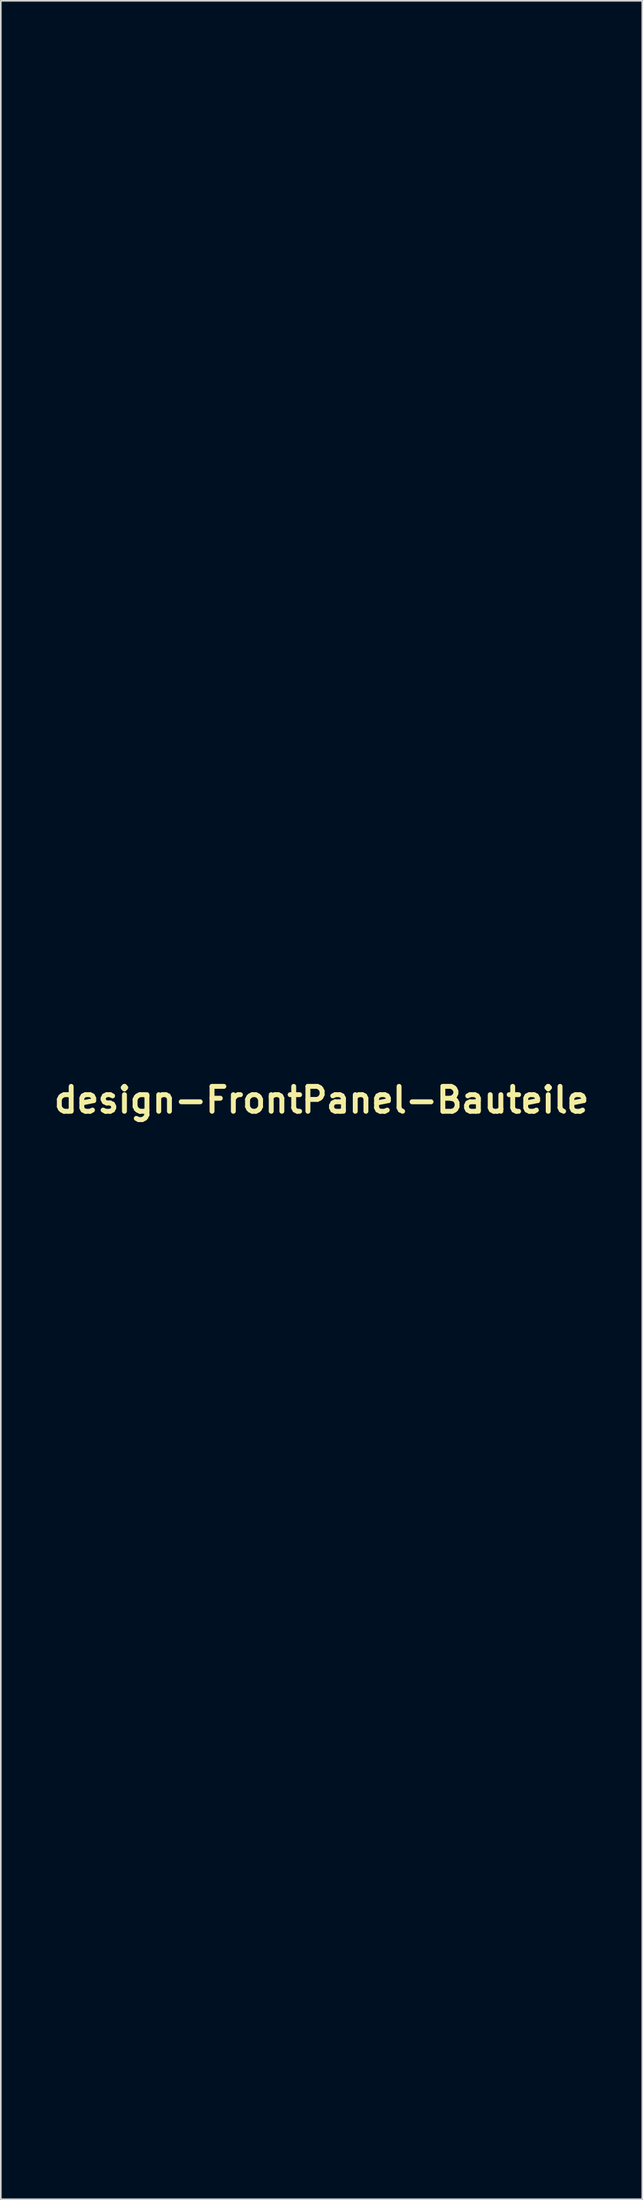
<source format=kicad_pcb>
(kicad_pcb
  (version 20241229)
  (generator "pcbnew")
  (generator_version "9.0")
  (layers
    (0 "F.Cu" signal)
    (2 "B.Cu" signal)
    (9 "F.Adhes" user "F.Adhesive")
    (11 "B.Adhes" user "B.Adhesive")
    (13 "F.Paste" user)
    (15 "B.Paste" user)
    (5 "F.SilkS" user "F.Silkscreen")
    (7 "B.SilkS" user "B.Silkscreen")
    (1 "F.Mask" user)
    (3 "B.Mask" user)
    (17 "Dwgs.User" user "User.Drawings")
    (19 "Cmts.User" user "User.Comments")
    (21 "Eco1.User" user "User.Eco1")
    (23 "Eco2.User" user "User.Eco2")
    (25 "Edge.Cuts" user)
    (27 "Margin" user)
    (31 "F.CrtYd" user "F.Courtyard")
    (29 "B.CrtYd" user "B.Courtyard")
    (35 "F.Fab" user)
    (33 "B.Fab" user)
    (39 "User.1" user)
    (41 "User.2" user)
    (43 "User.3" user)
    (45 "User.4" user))
  (footprint "design-FrontPanel-Bauteile"
    (layer "F.Cu")
    (at 16.662 64.312)
    (property "Reference" "design-FrontPanel-Bauteile" (at 0 0 0) (layer "F.SilkS") (effects (font (size 1.524 1.524) (thickness 0.3))))
    (attr board_only exclude_from_pos_files exclude_from_bom)
    (fp_poly (pts (xy -6.711 -63.415) (xy -7.561 -63.415) (xy -7.561 -64.262) (xy -6.711 -64.262)) (stroke (width 0.1) (type solid)) (fill no) (layer "Eco1.User"))
    (fp_poly (pts (xy -6.711 64.262) (xy -7.561 64.262) (xy -7.561 63.415) (xy -6.711 63.415)) (stroke (width 0.1) (type solid)) (fill no) (layer "Eco1.User"))
    (fp_poly (pts (xy 3.908 -39.201) (xy 3.398 -39.201) (xy 3.398 -42.333) (xy 3.908 -42.333)) (stroke (width 0.1) (type solid)) (fill no) (layer "Eco1.User"))
    (fp_poly (pts (xy 3.908 -25.146) (xy 3.398 -25.146) (xy 3.398 -28.279) (xy 3.908 -28.279)) (stroke (width 0.1) (type solid)) (fill no) (layer "Eco1.User"))
    (fp_poly (pts (xy 3.908 -14.139) (xy 3.398 -14.139) (xy 3.398 -17.272) (xy 3.908 -17.272)) (stroke (width 0.1) (type solid)) (fill no) (layer "Eco1.User"))
    (fp_poly (pts (xy 3.908 19.389) (xy 3.398 19.389) (xy 3.398 16.256) (xy 3.908 16.256)) (stroke (width 0.1) (type solid)) (fill no) (layer "Eco1.User"))
    (fp_poly (pts (xy 3.908 22.606) (xy 3.398 22.606) (xy 3.398 19.473) (xy 3.908 19.473)) (stroke (width 0.1) (type solid)) (fill no) (layer "Eco1.User"))
    (fp_poly (pts (xy 7.645 -63.415) (xy 6.796 -63.415) (xy 6.796 -64.262) (xy 7.645 -64.262)) (stroke (width 0.1) (type solid)) (fill no) (layer "Eco1.User"))
    (fp_poly (pts (xy 7.645 64.262) (xy 6.796 64.262) (xy 6.796 63.415) (xy 7.645 63.415)) (stroke (width 0.1) (type solid)) (fill no) (layer "Eco1.User"))
    (fp_poly (pts (xy 3.888 -37.571) (xy 3.865 -36.026) (xy 3.632 -35.999) (xy 3.398 -35.972) (xy 3.398 -39.116) (xy 3.912 -39.116)) (stroke (width 0.1) (type solid)) (fill no) (layer "Eco1.User"))
    (fp_poly (pts (xy 3.908 33.443) (xy 3.394 33.443) (xy 3.417 31.898) (xy 3.44 30.353) (xy 3.674 30.326) (xy 3.908 30.299)) (stroke (width 0.1) (type solid)) (fill no) (layer "Eco1.User"))
    (fp_poly (pts (xy 3.908 44.45) (xy 3.394 44.45) (xy 3.417 42.905) (xy 3.44 41.36) (xy 3.674 41.333) (xy 3.908 41.306)) (stroke (width 0.1) (type solid)) (fill no) (layer "Eco1.User"))
    (fp_poly (pts (xy -2.692 45.445) (xy -2.055 45.584) (xy -1.461 45.86) (xy -0.938 46.272) (xy -0.865 46.348) (xy -0.446 46.91) (xy -0.178 47.507) (xy -0.052 48.121) (xy -0.057 48.732) (xy -0.185 49.324) (xy -0.426 49.877) (xy -0.77 50.372) (xy -1.208 50.792) (xy -1.73 51.117) (xy -2.327 51.33) (xy -2.99 51.411) (xy -3.453 51.384) (xy -4.115 51.223) (xy -4.692 50.934) (xy -5.176 50.537) (xy -5.56 50.053) (xy -5.836 49.505) (xy -5.999 48.912) (xy -6.041 48.297) (xy -5.955 47.68) (xy -5.734 47.083) (xy -5.371 46.526) (xy -5.133 46.269) (xy -4.593 45.855) (xy -3.988 45.58) (xy -3.345 45.443)) (stroke (width 0.1) (type solid)) (fill no) (layer "Eco1.User"))
    (fp_poly (pts (xy -2.682 34.438) (xy -2.57 34.456) (xy -1.879 34.66) (xy -1.285 34.987) (xy -0.797 35.419) (xy -0.422 35.933) (xy -0.167 36.511) (xy -0.042 37.132) (xy -0.055 37.776) (xy -0.212 38.422) (xy -0.523 39.051) (xy -0.659 39.249) (xy -1.09 39.697) (xy -1.631 40.05) (xy -2.243 40.291) (xy -2.887 40.405) (xy -3.502 40.38) (xy -4.168 40.193) (xy -4.759 39.871) (xy -5.257 39.433) (xy -5.647 38.902) (xy -5.914 38.298) (xy -6.043 37.643) (xy -6.017 36.957) (xy -6.016 36.95) (xy -5.834 36.299) (xy -5.517 35.719) (xy -5.088 35.225) (xy -4.567 34.834) (xy -3.978 34.562) (xy -3.343 34.424)) (stroke (width 0.1) (type solid)) (fill no) (layer "Eco1.User"))
    (fp_poly (pts (xy -2.129 23.551) (xy -1.505 23.843) (xy -0.941 24.289) (xy -0.895 24.335) (xy -0.465 24.87) (xy -0.193 25.447) (xy -0.067 26.094) (xy -0.055 26.374) (xy -0.129 27.083) (xy -0.347 27.724) (xy -0.692 28.283) (xy -1.147 28.745) (xy -1.696 29.095) (xy -2.321 29.32) (xy -3.005 29.403) (xy -3.549 29.364) (xy -4.194 29.184) (xy -4.769 28.866) (xy -5.257 28.431) (xy -5.642 27.903) (xy -5.908 27.303) (xy -6.04 26.653) (xy -6.021 25.976) (xy -6.016 25.943) (xy -5.829 25.275) (xy -5.5 24.681) (xy -5.048 24.179) (xy -4.491 23.787) (xy -3.848 23.526) (xy -3.498 23.449) (xy -2.798 23.418)) (stroke (width 0.1) (type solid)) (fill no) (layer "Eco1.User"))
    (fp_poly (pts (xy 0.524 59.714) (xy 0.994 59.795) (xy 1.353 59.943) (xy 1.625 60.17) (xy 1.835 60.489) (xy 1.879 60.579) (xy 2.005 61.004) (xy 2.029 61.461) (xy 1.948 61.865) (xy 1.764 62.18) (xy 1.477 62.485) (xy 1.148 62.716) (xy 1.147 62.717) (xy 0.922 62.787) (xy 0.578 62.839) (xy 0.168 62.872) (xy -0.258 62.883) (xy -0.649 62.869) (xy -0.954 62.829) (xy -1.016 62.813) (xy -1.483 62.596) (xy -1.83 62.261) (xy -2.064 61.802) (xy -2.13 61.565) (xy -2.146 61.222) (xy -2.072 60.828) (xy -1.931 60.461) (xy -1.774 60.229) (xy -1.51 59.991) (xy -1.218 59.831) (xy -0.857 59.737) (xy -0.39 59.695) (xy -0.086 59.69)) (stroke (width 0.1) (type solid)) (fill no) (layer "Eco1.User"))
    (fp_poly (pts (xy 0.547 -62.85) (xy 0.926 -62.792) (xy 1.221 -62.677) (xy 1.475 -62.486) (xy 1.727 -62.208) (xy 1.941 -61.819) (xy 2.03 -61.371) (xy 1.998 -60.908) (xy 1.848 -60.477) (xy 1.585 -60.125) (xy 1.559 -60.102) (xy 1.322 -59.923) (xy 1.068 -59.803) (xy 0.758 -59.732) (xy 0.35 -59.7) (xy -0.059 -59.695) (xy -0.46 -59.705) (xy -0.815 -59.728) (xy -1.08 -59.759) (xy -1.189 -59.785) (xy -1.585 -60.028) (xy -1.893 -60.39) (xy -2.089 -60.832) (xy -2.148 -61.256) (xy -2.089 -61.724) (xy -1.898 -62.12) (xy -1.574 -62.47) (xy -1.368 -62.634) (xy -1.162 -62.745) (xy -0.918 -62.815) (xy -0.598 -62.851) (xy -0.162 -62.864) (xy 0.042 -62.865)) (stroke (width 0.1) (type solid)) (fill no) (layer "Eco1.User"))
    (fp_poly (pts (xy -2.183 -50.808) (xy -2.125 -50.8) (xy -1.399 -50.619) (xy -0.75 -50.304) (xy -0.189 -49.874) (xy 0.273 -49.35) (xy 0.625 -48.75) (xy 0.855 -48.095) (xy 0.954 -47.405) (xy 0.91 -46.698) (xy 0.712 -45.995) (xy 0.645 -45.841) (xy 0.254 -45.181) (xy -0.253 -44.63) (xy -0.854 -44.198) (xy -1.528 -43.899) (xy -2.253 -43.742) (xy -3.008 -43.739) (xy -3.263 -43.774) (xy -3.914 -43.968) (xy -4.539 -44.304) (xy -5.101 -44.753) (xy -5.563 -45.287) (xy -5.784 -45.654) (xy -6.055 -46.354) (xy -6.171 -47.058) (xy -6.142 -47.75) (xy -5.982 -48.413) (xy -5.703 -49.029) (xy -5.315 -49.582) (xy -4.832 -50.055) (xy -4.265 -50.431) (xy -3.627 -50.693) (xy -2.929 -50.824)) (stroke (width 0.1) (type solid)) (fill no) (layer "Eco1.User"))
    (fp_poly (pts (xy -2.388 -13.105) (xy -1.811 -12.923) (xy -1.291 -12.603) (xy -0.957 -12.303) (xy -0.562 -11.842) (xy -0.301 -11.371) (xy -0.154 -10.839) (xy -0.102 -10.329) (xy -0.12 -9.675) (xy -0.252 -9.117) (xy -0.511 -8.613) (xy -0.848 -8.188) (xy -1.338 -7.739) (xy -1.863 -7.438) (xy -2.459 -7.269) (xy -2.966 -7.219) (xy -3.365 -7.212) (xy -3.66 -7.234) (xy -3.916 -7.294) (xy -4.169 -7.39) (xy -4.765 -7.705) (xy -5.243 -8.111) (xy -5.568 -8.523) (xy -5.889 -9.143) (xy -6.054 -9.79) (xy -6.071 -10.442) (xy -5.944 -11.077) (xy -5.681 -11.671) (xy -5.289 -12.204) (xy -4.774 -12.651) (xy -4.29 -12.927) (xy -3.992 -13.051) (xy -3.722 -13.123) (xy -3.411 -13.155) (xy -3.058 -13.162)) (stroke (width 0.1) (type solid)) (fill no) (layer "Eco1.User"))
    (fp_poly (pts (xy -2.693 -35.169) (xy -2.496 -35.135) (xy -1.912 -34.968) (xy -1.428 -34.714) (xy -0.982 -34.342) (xy -0.974 -34.334) (xy -0.559 -33.842) (xy -0.287 -33.32) (xy -0.14 -32.724) (xy -0.104 -32.343) (xy -0.094 -31.935) (xy -0.116 -31.626) (xy -0.181 -31.346) (xy -0.261 -31.115) (xy -0.519 -30.625) (xy -0.897 -30.154) (xy -1.35 -29.749) (xy -1.835 -29.453) (xy -1.978 -29.393) (xy -2.596 -29.24) (xy -3.25 -29.213) (xy -3.879 -29.311) (xy -4.169 -29.408) (xy -4.815 -29.757) (xy -5.337 -30.221) (xy -5.731 -30.792) (xy -5.989 -31.465) (xy -5.995 -31.488) (xy -6.085 -32.159) (xy -6.023 -32.805) (xy -5.824 -33.408) (xy -5.505 -33.952) (xy -5.082 -34.419) (xy -4.574 -34.791) (xy -3.995 -35.052) (xy -3.362 -35.184)) (stroke (width 0.1) (type solid)) (fill no) (layer "Eco1.User"))
    (fp_poly (pts (xy -2.181 -24.062) (xy -1.666 -23.857) (xy -1.298 -23.614) (xy -0.921 -23.265) (xy -0.583 -22.865) (xy -0.344 -22.479) (xy -0.175 -21.985) (xy -0.094 -21.408) (xy -0.104 -20.814) (xy -0.207 -20.267) (xy -0.253 -20.13) (xy -0.523 -19.616) (xy -0.918 -19.129) (xy -1.392 -18.718) (xy -1.747 -18.501) (xy -2.043 -18.367) (xy -2.324 -18.287) (xy -2.659 -18.243) (xy -2.966 -18.226) (xy -3.365 -18.219) (xy -3.66 -18.241) (xy -3.916 -18.301) (xy -4.169 -18.397) (xy -4.82 -18.753) (xy -5.343 -19.221) (xy -5.735 -19.793) (xy -5.991 -20.466) (xy -5.994 -20.477) (xy -6.088 -21.153) (xy -6.03 -21.794) (xy -5.839 -22.387) (xy -5.53 -22.918) (xy -5.121 -23.375) (xy -4.63 -23.742) (xy -4.073 -24.008) (xy -3.468 -24.159) (xy -2.831 -24.182)) (stroke (width 0.1) (type solid)) (fill no) (layer "Eco1.User"))
    (fp_poly (pts (xy -2.167 7.835) (xy -1.863 7.851) (xy -1.626 7.889) (xy -1.407 7.959) (xy -1.155 8.069) (xy -1.078 8.105) (xy -0.422 8.504) (xy 0.128 9.024) (xy 0.556 9.643) (xy 0.845 10.34) (xy 0.946 10.789) (xy 0.982 11.529) (xy 0.867 12.231) (xy 0.618 12.883) (xy 0.25 13.468) (xy -0.219 13.972) (xy -0.774 14.38) (xy -1.398 14.677) (xy -2.074 14.849) (xy -2.785 14.88) (xy -3.474 14.767) (xy -4.199 14.491) (xy -4.837 14.073) (xy -5.187 13.745) (xy -5.641 13.153) (xy -5.948 12.505) (xy -6.112 11.823) (xy -6.138 11.129) (xy -6.029 10.443) (xy -5.791 9.789) (xy -5.426 9.187) (xy -4.94 8.659) (xy -4.337 8.227) (xy -4.083 8.095) (xy -3.821 7.977) (xy -3.601 7.901) (xy -3.373 7.857) (xy -3.085 7.837) (xy -2.688 7.832) (xy -2.591 7.832)) (stroke (width 0.1) (type solid)) (fill no) (layer "Eco1.User"))
    (fp_poly (pts (xy 3.908 -51.096) (xy 3.915 -50.689) (xy 3.937 -50.393) (xy 3.971 -50.231) (xy 3.993 -50.207) (xy 4.032 -50.288) (xy 4.06 -50.515) (xy 4.075 -50.865) (xy 4.078 -51.096) (xy 4.078 -51.985) (xy 6.031 -51.985) (xy 6.031 -50.207) (xy 7.391 -50.207) (xy 7.391 -49.368) (xy 6.074 -49.318) (xy 6.049 -48.535) (xy 6.025 -47.752) (xy 6.708 -47.752) (xy 7.391 -47.752) (xy 7.391 -46.821) (xy 6.031 -46.821) (xy 6.031 -45.212) (xy 7.391 -45.212) (xy 7.391 -44.365) (xy 6.031 -44.365) (xy 6.031 -33.189) (xy 7.476 -33.189) (xy 7.476 -31.249) (xy 6.074 -31.2) (xy 6.03 -22.183) (xy 7.476 -22.183) (xy 7.476 -20.242) (xy 6.074 -20.193) (xy 6.03 -11.176) (xy 7.476 -11.176) (xy 7.476 -9.236) (xy 6.775 -9.211) (xy 6.074 -9.186) (xy 6.052 -0.402) (xy 6.031 8.382) (xy 7.391 8.382) (xy 7.391 9.313) (xy 6.025 9.313) (xy 6.049 10.097) (xy 6.074 10.88) (xy 7.391 10.929) (xy 7.391 11.769) (xy 6.031 11.769) (xy 6.031 13.377) (xy 7.391 13.377) (xy 7.391 14.217) (xy 6.074 14.266) (xy 6.052 19.833) (xy 6.03 25.4) (xy 7.561 25.4) (xy 7.561 27.432) (xy 6.031 27.432) (xy 6.031 36.407) (xy 7.561 36.407) (xy 7.561 38.439) (xy 6.031 38.439) (xy 6.031 47.413) (xy 7.561 47.413) (xy 7.561 49.445) (xy 6.031 49.445) (xy 6.031 51.985) (xy 4.082 51.985) (xy 4.056 50.694) (xy 4.03 49.403) (xy 4.011 50.694) (xy 3.993 51.985) (xy -7.561 51.985) (xy -7.561 48.601) (xy -6.407 48.601) (xy -6.301 49.272) (xy -6.061 49.913) (xy -5.689 50.501) (xy -5.188 51.015) (xy -4.709 51.349) (xy -4.11 51.608) (xy -3.438 51.744) (xy -2.742 51.754) (xy -2.068 51.633) (xy -1.85 51.561) (xy -1.192 51.23) (xy -0.641 50.783) (xy -0.207 50.241) (xy 0.102 49.626) (xy 0.278 48.96) (xy 0.313 48.264) (xy 0.197 47.558) (xy -0.039 46.938) (xy -0.435 46.315) (xy -0.93 45.814) (xy -1.504 45.436) (xy -2.134 45.187) (xy -2.799 45.07) (xy -3.476 45.089) (xy -4.144 45.247) (xy -4.78 45.547) (xy -5.363 45.994) (xy -5.424 46.054) (xy -5.887 46.626) (xy -6.203 47.255) (xy -6.375 47.921) (xy -6.407 48.601) (xy -7.561 48.601) (xy -7.561 44.873) (xy 3.988 44.873) (xy 4.014 46.164) (xy 4.019 46.325) (xy 4.023 46.326) (xy 4.027 46.177) (xy 4.031 45.89) (xy 4.034 45.474) (xy 4.037 44.939) (xy 4.039 44.295) (xy 4.04 43.553) (xy 4.04 42.926) (xy 4.039 42.115) (xy 4.038 41.395) (xy 4.036 40.776) (xy 4.033 40.269) (xy 4.03 39.882) (xy 4.026 39.627) (xy 4.022 39.513) (xy 4.018 39.55) (xy 4.014 39.688) (xy 3.988 40.979) (xy -7.561 40.979) (xy -7.561 37.524) (xy -6.417 37.524) (xy -6.328 38.166) (xy -6.117 38.778) (xy -5.792 39.342) (xy -5.36 39.841) (xy -4.828 40.255) (xy -4.204 40.567) (xy -3.494 40.757) (xy -3.143 40.799) (xy -2.993 40.791) (xy -2.74 40.761) (xy -2.521 40.728) (xy -1.805 40.53) (xy -1.169 40.196) (xy -0.625 39.743) (xy -0.191 39.192) (xy 0.12 38.56) (xy 0.293 37.867) (xy 0.314 37.132) (xy 0.31 37.094) (xy 0.215 36.574) (xy 0.012 36.04) (xy -0.043 35.925) (xy -0.435 35.309) (xy -0.928 34.812) (xy -1.501 34.437) (xy -2.131 34.189) (xy -2.795 34.071) (xy -3.472 34.086) (xy -4.137 34.239) (xy -4.77 34.533) (xy -5.348 34.973) (xy -5.412 35.036) (xy -5.882 35.61) (xy -6.201 36.228) (xy -6.377 36.872) (xy -6.417 37.524) (xy -7.561 37.524) (xy -7.561 33.867) (xy 3.988 33.867) (xy 4.014 35.158) (xy 4.019 35.318) (xy 4.023 35.319) (xy 4.027 35.171) (xy 4.031 34.883) (xy 4.034 34.467) (xy 4.037 33.932) (xy 4.039 33.289) (xy 4.04 32.546) (xy 4.04 31.919) (xy 4.039 31.109) (xy 4.038 30.389) (xy 4.036 29.77) (xy 4.033 29.262) (xy 4.03 28.875) (xy 4.026 28.62) (xy 4.022 28.506) (xy 4.018 28.544) (xy 4.014 28.681) (xy 3.988 29.972) (xy -7.561 29.972) (xy -7.561 26.515) (xy -6.416 26.515) (xy -6.328 27.155) (xy -6.119 27.767) (xy -5.796 28.331) (xy -5.367 28.829) (xy -4.84 29.243) (xy -4.221 29.555) (xy -3.518 29.745) (xy -3.091 29.793) (xy -2.906 29.783) (xy -2.632 29.747) (xy -2.46 29.717) (xy -1.749 29.504) (xy -1.125 29.163) (xy -0.599 28.712) (xy -0.181 28.172) (xy 0.118 27.564) (xy 0.288 26.906) (xy 0.319 26.219) (xy 0.2 25.522) (xy 0.007 25.007) (xy -0.373 24.38) (xy -0.856 23.87) (xy -1.42 23.48) (xy -2.043 23.215) (xy -2.703 23.078) (xy -3.378 23.073) (xy -4.045 23.204) (xy -4.682 23.476) (xy -5.267 23.892) (xy -5.412 24.029) (xy -5.881 24.602) (xy -6.2 25.22) (xy -6.376 25.864) (xy -6.416 26.515) (xy -7.561 26.515) (xy -7.561 22.86) (xy 3.988 22.86) (xy 4.014 24.151) (xy 4.019 24.289) (xy 4.023 24.267) (xy 4.029 24.096) (xy 4.034 23.785) (xy 4.039 23.345) (xy 4.044 22.785) (xy 4.048 22.115) (xy 4.053 21.346) (xy 4.056 20.488) (xy 4.059 19.875) (xy 4.062 18.614) (xy 4.062 17.511) (xy 4.058 16.568) (xy 4.052 15.788) (xy 4.043 15.17) (xy 4.03 14.718) (xy 4.015 14.431) (xy 3.997 14.312) (xy 3.993 14.309) (xy 3.954 14.389) (xy 3.925 14.616) (xy 3.91 14.967) (xy 3.908 15.198) (xy 3.908 16.088) (xy -1.763 16.066) (xy -7.433 16.044) (xy -7.455 11.324) (xy -7.456 11.076) (xy -6.509 11.076) (xy -6.484 11.8) (xy -6.326 12.493) (xy -6.048 13.141) (xy -5.662 13.729) (xy -5.18 14.241) (xy -4.614 14.664) (xy -3.978 14.981) (xy -3.282 15.178) (xy -2.539 15.241) (xy -1.763 15.154) (xy -1.573 15.11) (xy -0.842 14.838) (xy -0.195 14.434) (xy 0.356 13.919) (xy 0.797 13.314) (xy 1.118 12.638) (xy 1.135 12.573) (xy 3.908 12.573) (xy 3.916 12.952) (xy 3.94 13.225) (xy 3.976 13.365) (xy 3.993 13.377) (xy 4.033 13.297) (xy 4.061 13.074) (xy 4.076 12.733) (xy 4.078 12.573) (xy 4.069 12.194) (xy 4.046 11.921) (xy 4.01 11.781) (xy 3.993 11.769) (xy 3.953 11.849) (xy 3.924 12.072) (xy 3.909 12.413) (xy 3.908 12.573) (xy 1.135 12.573) (xy 1.306 11.913) (xy 1.349 11.158) (xy 1.234 10.395) (xy 1.232 10.387) (xy 1.118 10.075) (xy 3.908 10.075) (xy 3.917 10.44) (xy 3.941 10.701) (xy 3.979 10.829) (xy 3.993 10.837) (xy 4.033 10.757) (xy 4.062 10.536) (xy 4.077 10.201) (xy 4.078 10.075) (xy 4.069 9.71) (xy 4.044 9.45) (xy 4.007 9.322) (xy 3.993 9.313) (xy 3.952 9.393) (xy 3.923 9.615) (xy 3.909 9.949) (xy 3.908 10.075) (xy 1.118 10.075) (xy 0.953 9.627) (xy 0.549 8.966) (xy 0.038 8.412) (xy -0.559 7.972) (xy -1.226 7.654) (xy -1.943 7.466) (xy -2.691 7.416) (xy -3.452 7.512) (xy -4.207 7.762) (xy -4.56 7.938) (xy -5.002 8.247) (xy -5.442 8.664) (xy -5.831 9.134) (xy -6.113 9.596) (xy -6.39 10.337) (xy -6.509 11.076) (xy -7.456 11.076) (xy -7.477 6.604) (xy 3.908 6.604) (xy 3.908 7.493) (xy 3.915 7.9) (xy 3.937 8.196) (xy 3.971 8.358) (xy 3.993 8.382) (xy 4.008 8.297) (xy 4.022 8.044) (xy 4.033 7.623) (xy 4.043 7.035) (xy 4.051 6.281) (xy 4.056 5.361) (xy 4.06 4.275) (xy 4.062 3.026) (xy 4.062 1.613) (xy 4.06 0.038) (xy 4.059 -0.402) (xy 4.056 -1.576) (xy 4.053 -2.679) (xy 4.049 -3.704) (xy 4.046 -4.642) (xy 4.042 -5.483) (xy 4.038 -6.218) (xy 4.034 -6.838) (xy 4.03 -7.334) (xy 4.026 -7.698) (xy 4.022 -7.919) (xy 4.018 -7.989) (xy 4.014 -7.9) (xy 4.014 -7.895) (xy 3.988 -6.604) (xy -7.561 -6.604) (xy -7.561 -10.1) (xy -6.451 -10.1) (xy -6.364 -9.417) (xy -6.132 -8.761) (xy -5.755 -8.155) (xy -5.484 -7.85) (xy -4.889 -7.367) (xy -4.23 -7.035) (xy -3.528 -6.858) (xy -2.799 -6.84) (xy -2.064 -6.986) (xy -2.048 -6.991) (xy -1.384 -7.284) (xy -0.824 -7.692) (xy -0.371 -8.195) (xy -0.032 -8.77) (xy 0.188 -9.397) (xy 0.283 -10.054) (xy 0.249 -10.718) (xy 0.08 -11.369) (xy -0.23 -11.985) (xy -0.675 -12.534) (xy -1.259 -13.006) (xy -1.903 -13.331) (xy -2.586 -13.509) (xy -3.283 -13.541) (xy -3.973 -13.425) (xy -4.633 -13.161) (xy -5.241 -12.748) (xy -5.361 -12.641) (xy -5.848 -12.08) (xy -6.192 -11.455) (xy -6.393 -10.787) (xy -6.451 -10.1) (xy -7.561 -10.1) (xy -7.561 -13.802) (xy -1.805 -13.78) (xy 3.95 -13.758) (xy 3.996 -12.446) (xy 4.004 -12.282) (xy 4.012 -12.277) (xy 4.02 -12.422) (xy 4.026 -12.706) (xy 4.031 -13.119) (xy 4.036 -13.651) (xy 4.039 -14.293) (xy 4.041 -15.034) (xy 4.041 -15.663) (xy 4.04 -16.474) (xy 4.039 -17.194) (xy 4.037 -17.813) (xy 4.034 -18.321) (xy 4.03 -18.707) (xy 4.027 -18.963) (xy 4.022 -19.076) (xy 4.018 -19.039) (xy 4.014 -18.902) (xy 3.988 -17.611) (xy -7.561 -17.611) (xy -7.561 -21.543) (xy -6.429 -21.543) (xy -6.428 -20.838) (xy -6.283 -20.155) (xy -5.999 -19.515) (xy -5.579 -18.943) (xy -5.031 -18.461) (xy -4.953 -18.408) (xy -4.294 -18.067) (xy -3.589 -17.876) (xy -2.868 -17.837) (xy -2.159 -17.957) (xy -1.999 -18.007) (xy -1.344 -18.318) (xy -0.767 -18.76) (xy -0.297 -19.305) (xy -0.031 -19.771) (xy 0.21 -20.485) (xy 0.291 -21.202) (xy 0.218 -21.902) (xy -0.001 -22.565) (xy -0.358 -23.17) (xy -0.845 -23.698) (xy -1.457 -24.127) (xy -1.679 -24.241) (xy -1.97 -24.371) (xy -2.211 -24.45) (xy -2.462 -24.492) (xy -2.783 -24.507) (xy -3.058 -24.508) (xy -3.517 -24.495) (xy -3.869 -24.454) (xy -4.174 -24.376) (xy -4.353 -24.311) (xy -4.797 -24.076) (xy -5.252 -23.735) (xy -5.661 -23.337) (xy -5.966 -22.932) (xy -5.973 -22.921) (xy -6.279 -22.245) (xy -6.429 -21.543) (xy -7.561 -21.543) (xy -7.561 -24.809) (xy -1.805 -24.787) (xy 3.95 -24.765) (xy 3.996 -23.453) (xy 4.004 -23.289) (xy 4.012 -23.284) (xy 4.02 -23.429) (xy 4.026 -23.713) (xy 4.031 -24.126) (xy 4.036 -24.658) (xy 4.039 -25.3) (xy 4.041 -26.04) (xy 4.041 -26.67) (xy 4.04 -27.481) (xy 4.039 -28.201) (xy 4.037 -28.82) (xy 4.034 -29.327) (xy 4.03 -29.714) (xy 4.027 -29.969) (xy 4.022 -30.083) (xy 4.018 -30.046) (xy 4.014 -29.909) (xy 3.988 -28.617) (xy -7.561 -28.617) (xy -7.561 -32.033) (xy -6.437 -32.033) (xy -6.431 -31.941) (xy -6.298 -31.226) (xy -6.024 -30.579) (xy -5.628 -30.015) (xy -5.131 -29.545) (xy -4.551 -29.184) (xy -3.908 -28.944) (xy -3.222 -28.84) (xy -2.512 -28.884) (xy -2.124 -28.975) (xy -1.443 -29.263) (xy -0.851 -29.684) (xy -0.365 -30.222) (xy 0.001 -30.858) (xy 0.229 -31.573) (xy 0.258 -31.73) (xy 0.291 -32.434) (xy 0.169 -33.112) (xy -0.09 -33.745) (xy -0.471 -34.313) (xy -0.959 -34.796) (xy -1.536 -35.176) (xy -2.188 -35.432) (xy -2.843 -35.541) (xy -3.587 -35.511) (xy -4.279 -35.331) (xy -4.902 -35.019) (xy -5.442 -34.59) (xy -5.881 -34.061) (xy -6.204 -33.448) (xy -6.395 -32.766) (xy -6.437 -32.033) (xy -7.561 -32.033) (xy -7.561 -35.815) (xy -1.805 -35.793) (xy 3.95 -35.772) (xy 3.996 -34.459) (xy 4.004 -34.318) (xy 4.012 -34.337) (xy 4.02 -34.504) (xy 4.028 -34.812) (xy 4.035 -35.249) (xy 4.042 -35.806) (xy 4.048 -36.473) (xy 4.053 -37.24) (xy 4.057 -38.098) (xy 4.06 -38.709) (xy 4.062 -39.959) (xy 4.062 -41.057) (xy 4.059 -42.001) (xy 4.052 -42.787) (xy 4.043 -43.414) (xy 4.031 -43.88) (xy 4.015 -44.181) (xy 3.997 -44.316) (xy 3.993 -44.323) (xy 3.951 -44.269) (xy 3.923 -44.056) (xy 3.909 -43.691) (xy 3.908 -43.481) (xy 3.908 -42.587) (xy -7.476 -42.587) (xy -7.476 -47.23) (xy -6.536 -47.23) (xy -6.463 -46.506) (xy -6.254 -45.801) (xy -5.903 -45.137) (xy -5.424 -44.551) (xy -4.885 -44.092) (xy -4.281 -43.747) (xy -3.577 -43.497) (xy -3.186 -43.404) (xy -2.784 -43.363) (xy -2.302 -43.377) (xy -1.865 -43.435) (xy -1.137 -43.655) (xy -0.46 -44.017) (xy 0.141 -44.501) (xy 0.641 -45.083) (xy 1.014 -45.742) (xy 1.113 -46.011) (xy 3.908 -46.011) (xy 3.916 -45.61) (xy 3.94 -45.353) (xy 3.979 -45.253) (xy 3.993 -45.254) (xy 4.03 -45.357) (xy 4.06 -45.588) (xy 4.076 -45.905) (xy 4.078 -46.064) (xy 4.069 -46.427) (xy 4.044 -46.686) (xy 4.006 -46.813) (xy 3.993 -46.821) (xy 3.953 -46.74) (xy 3.924 -46.517) (xy 3.909 -46.176) (xy 3.908 -46.011) (xy 1.113 -46.011) (xy 1.155 -46.123) (xy 1.261 -46.648) (xy 1.298 -47.243) (xy 1.267 -47.84) (xy 1.169 -48.372) (xy 1.122 -48.523) (xy 1.104 -48.561) (xy 3.908 -48.561) (xy 3.916 -48.18) (xy 3.94 -47.906) (xy 3.975 -47.765) (xy 3.993 -47.752) (xy 4.033 -47.832) (xy 4.062 -48.053) (xy 4.077 -48.387) (xy 4.078 -48.509) (xy 4.069 -48.851) (xy 4.045 -49.126) (xy 4.01 -49.291) (xy 3.993 -49.318) (xy 3.95 -49.266) (xy 3.921 -49.055) (xy 3.908 -48.696) (xy 3.908 -48.561) (xy 1.104 -48.561) (xy 0.775 -49.26) (xy 0.311 -49.891) (xy -0.251 -50.406) (xy -0.892 -50.799) (xy -1.594 -51.061) (xy -2.337 -51.183) (xy -3.103 -51.159) (xy -3.872 -50.98) (xy -4.295 -50.81) (xy -4.968 -50.41) (xy -5.526 -49.903) (xy -5.966 -49.311) (xy -6.283 -48.654) (xy -6.474 -47.953) (xy -6.536 -47.23) (xy -7.476 -47.23) (xy -7.476 -51.985) (xy 3.908 -51.985)) (stroke (width 0.1) (type solid)) (fill no) (layer "Eco1.User")))
  (gr_rect
    (start -3 -3)
    (end 36.325 131.624)
    (stroke (width 0.1) (type default))
    (fill no)
    (layer "Edge.Cuts")))
</source>
